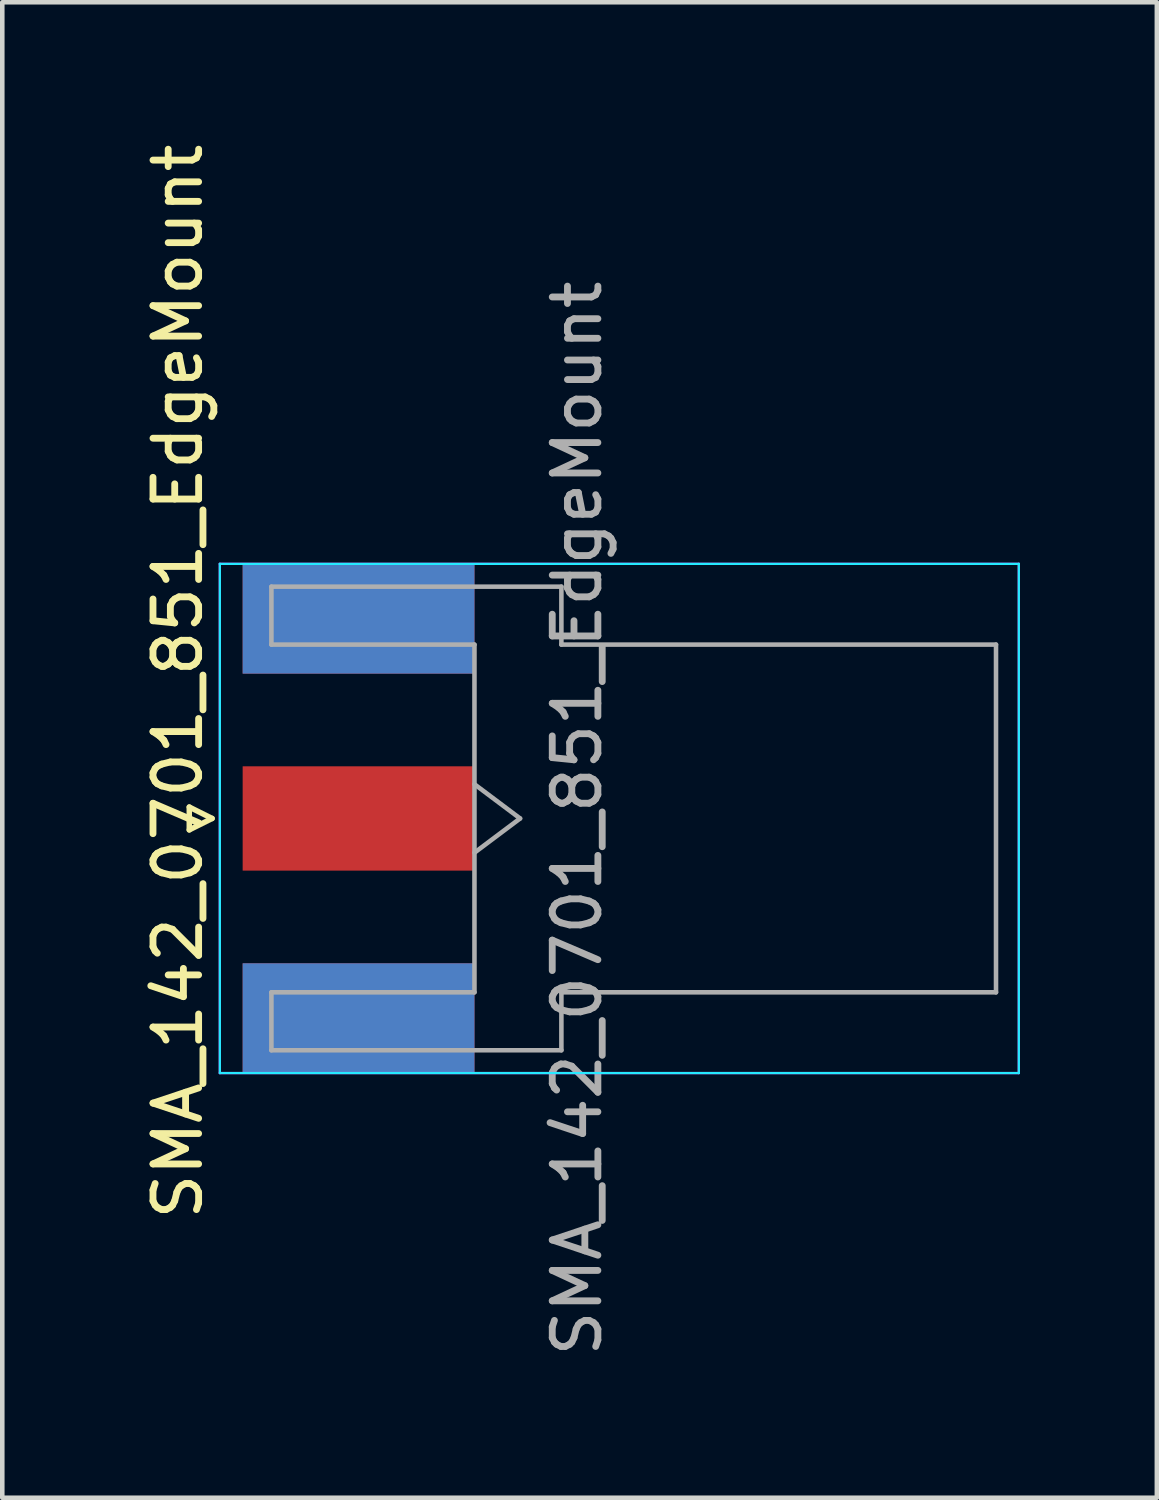
<source format=kicad_pcb>
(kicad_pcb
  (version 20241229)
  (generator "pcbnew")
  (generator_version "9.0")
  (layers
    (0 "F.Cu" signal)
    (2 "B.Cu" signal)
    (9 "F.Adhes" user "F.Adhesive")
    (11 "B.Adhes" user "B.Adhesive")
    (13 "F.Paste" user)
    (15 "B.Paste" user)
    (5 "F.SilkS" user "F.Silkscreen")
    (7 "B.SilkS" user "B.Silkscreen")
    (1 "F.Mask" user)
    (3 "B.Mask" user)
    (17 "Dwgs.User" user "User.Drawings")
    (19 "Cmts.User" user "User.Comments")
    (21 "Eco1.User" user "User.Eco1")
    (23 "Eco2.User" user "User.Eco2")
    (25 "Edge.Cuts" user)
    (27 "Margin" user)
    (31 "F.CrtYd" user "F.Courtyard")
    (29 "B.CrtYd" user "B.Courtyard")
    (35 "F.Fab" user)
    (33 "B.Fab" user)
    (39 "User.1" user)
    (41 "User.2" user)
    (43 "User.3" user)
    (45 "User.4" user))
  (footprint "SMA_142_0701_851_EdgeMount"
    (layer "F.Cu")
    (at 4.808 14.887)
    (property "Reference" "SMA_142_0701_851_EdgeMount" (at -3.96 -3 90) (layer "F.SilkS") (effects (font (size 1 1) (thickness 0.15))))
    (attr smd)
    (fp_line (start -3.71 -0.25) (end -3.71 0.25) (stroke (width 0.12) (type solid)) (layer "F.SilkS"))
    (fp_line (start -3.71 0.25) (end -3.21 0) (stroke (width 0.12) (type solid)) (layer "F.SilkS"))
    (fp_line (start -3.21 0) (end -3.71 -0.25) (stroke (width 0.12) (type solid)) (layer "F.SilkS"))
    (fp_line (start -3.04 5.58) (end -3.04 -5.58) (stroke (width 0.05) (type solid)) (layer "B.CrtYd"))
    (fp_line (start 14.47 -5.58) (end -3.04 -5.58) (stroke (width 0.05) (type solid)) (layer "B.CrtYd"))
    (fp_line (start 14.47 -5.58) (end 14.47 5.58) (stroke (width 0.05) (type solid)) (layer "B.CrtYd"))
    (fp_line (start 14.47 5.58) (end -3.04 5.58) (stroke (width 0.05) (type solid)) (layer "B.CrtYd"))
    (fp_line (start -3.04 5.58) (end -3.04 -5.58) (stroke (width 0.05) (type solid)) (layer "F.CrtYd"))
    (fp_line (start 14.47 -5.58) (end -3.04 -5.58) (stroke (width 0.05) (type solid)) (layer "F.CrtYd"))
    (fp_line (start 14.47 -5.58) (end 14.47 5.58) (stroke (width 0.05) (type solid)) (layer "F.CrtYd"))
    (fp_line (start 14.47 5.58) (end -3.04 5.58) (stroke (width 0.05) (type solid)) (layer "F.CrtYd"))
    (fp_line (start -1.91 -5.08) (end -1.91 -3.81) (stroke (width 0.1) (type solid)) (layer "F.Fab"))
    (fp_line (start -1.91 -5.08) (end 4.445 -5.08) (stroke (width 0.1) (type solid)) (layer "F.Fab"))
    (fp_line (start -1.91 -3.81) (end 2.54 -3.81) (stroke (width 0.1) (type solid)) (layer "F.Fab"))
    (fp_line (start -1.91 3.81) (end -1.91 5.08) (stroke (width 0.1) (type solid)) (layer "F.Fab"))
    (fp_line (start -1.91 5.08) (end 4.445 5.08) (stroke (width 0.1) (type solid)) (layer "F.Fab"))
    (fp_line (start 2.54 -3.81) (end 2.54 3.81) (stroke (width 0.1) (type solid)) (layer "F.Fab"))
    (fp_line (start 2.54 -0.75) (end 3.54 0) (stroke (width 0.1) (type solid)) (layer "F.Fab"))
    (fp_line (start 2.54 3.81) (end -1.91 3.81) (stroke (width 0.1) (type solid)) (layer "F.Fab"))
    (fp_line (start 3.54 0) (end 2.54 0.75) (stroke (width 0.1) (type solid)) (layer "F.Fab"))
    (fp_line (start 4.445 -3.81) (end 4.445 -5.08) (stroke (width 0.1) (type solid)) (layer "F.Fab"))
    (fp_line (start 4.445 -3.81) (end 13.97 -3.81) (stroke (width 0.1) (type solid)) (layer "F.Fab"))
    (fp_line (start 4.445 5.08) (end 4.445 3.81) (stroke (width 0.1) (type solid)) (layer "F.Fab"))
    (fp_line (start 13.97 -3.81) (end 13.97 3.81) (stroke (width 0.1) (type solid)) (layer "F.Fab"))
    (fp_line (start 13.97 3.81) (end 4.445 3.81) (stroke (width 0.1) (type solid)) (layer "F.Fab"))
    (fp_text user "${REFERENCE}" (at 4.79 0 270) (layer "F.Fab") (effects (font (size 1 1) (thickness 0.15))))
    (pad "1" smd rect (at 0 0 90) (size 2.286 5.08) (layers "F.Cu" "F.Mask" "F.Paste"))
    (pad "2" smd rect (at 0 -4.381 90) (size 2.413 5.08) (layers "F.Cu" "F.Mask" "F.Paste"))
    (pad "2" smd rect (at 0 -4.381 90) (size 2.413 5.08) (layers "B.Cu" "B.Mask" "B.Paste"))
    (pad "2" smd rect (at 0 4.381 90) (size 2.413 5.08) (layers "F.Cu" "F.Mask" "F.Paste"))
    (pad "2" smd rect (at 0 4.381 90) (size 2.413 5.08) (layers "B.Cu" "B.Mask" "B.Paste")))
  (gr_rect
    (start -3 -3)
    (end 22.303 29.774)
    (stroke (width 0.1) (type default))
    (fill no)
    (layer "Edge.Cuts")))
</source>
